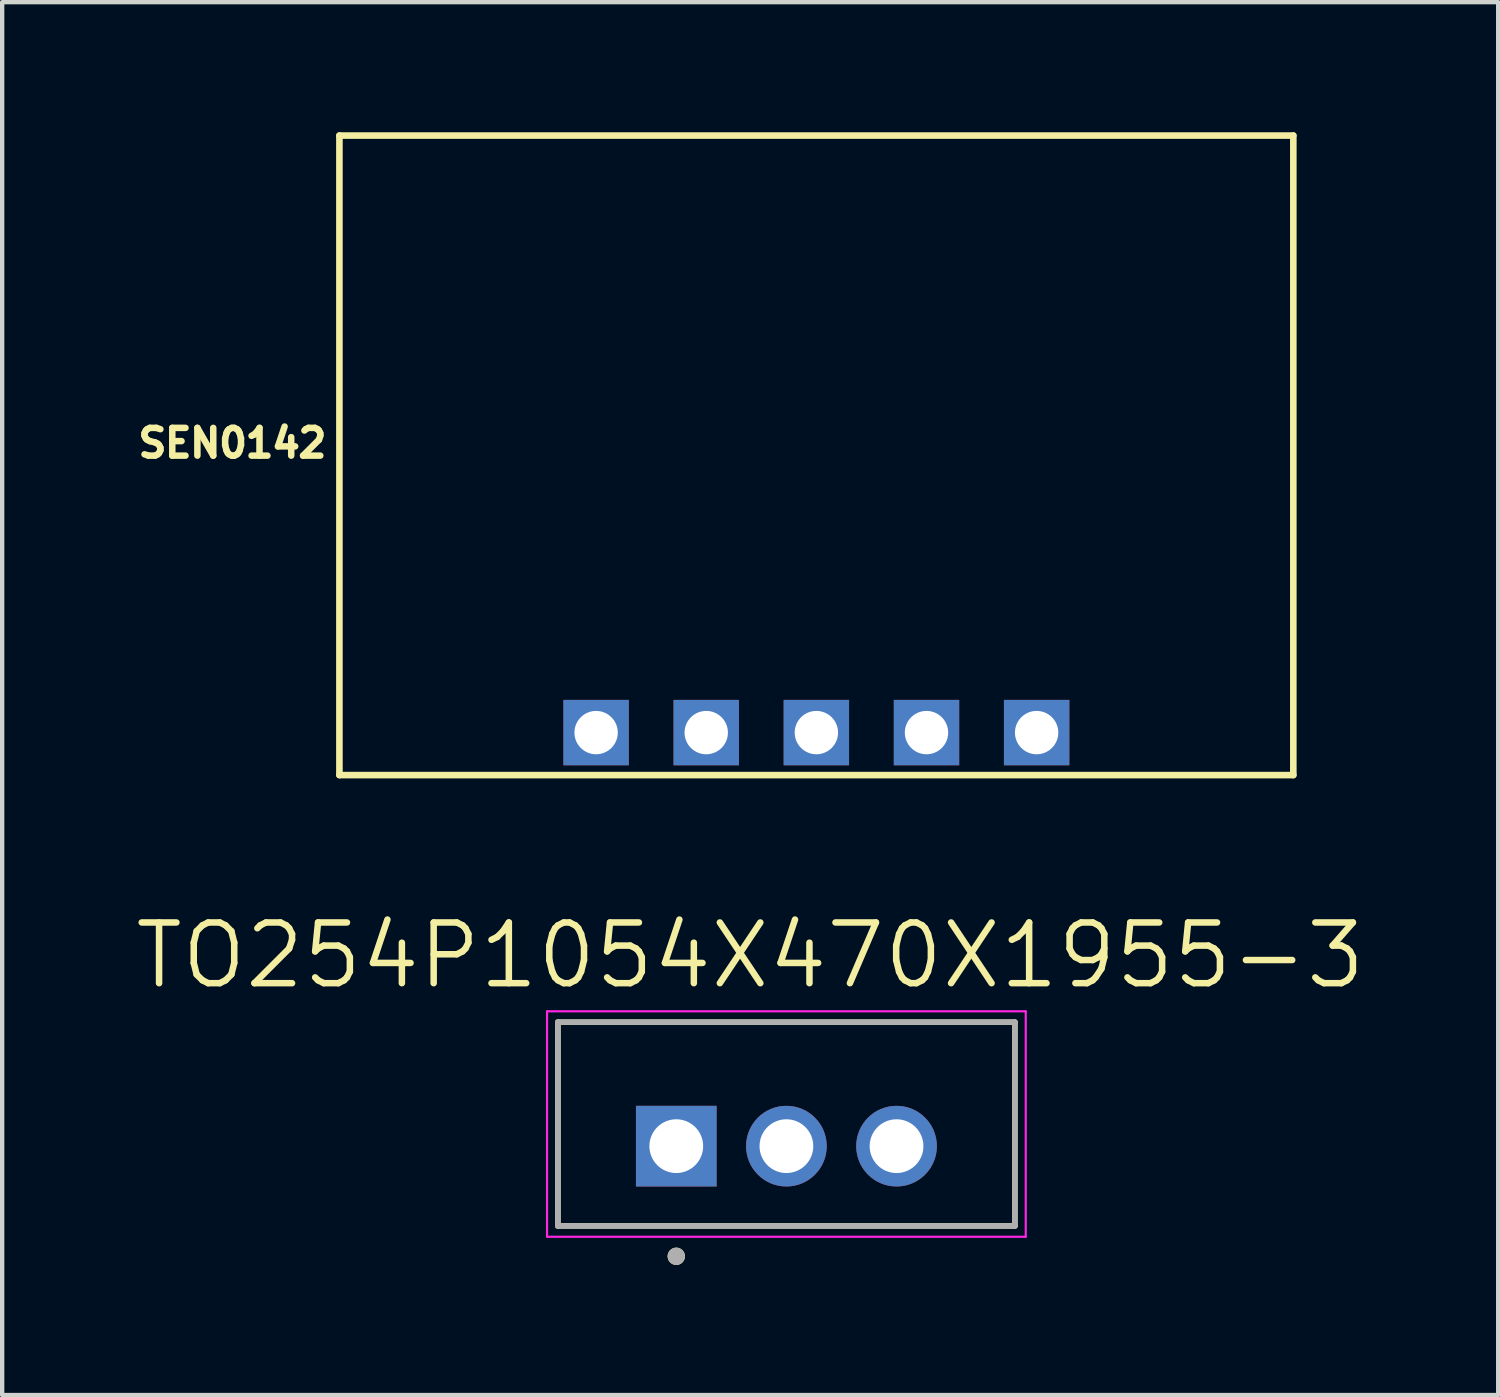
<source format=kicad_pcb>
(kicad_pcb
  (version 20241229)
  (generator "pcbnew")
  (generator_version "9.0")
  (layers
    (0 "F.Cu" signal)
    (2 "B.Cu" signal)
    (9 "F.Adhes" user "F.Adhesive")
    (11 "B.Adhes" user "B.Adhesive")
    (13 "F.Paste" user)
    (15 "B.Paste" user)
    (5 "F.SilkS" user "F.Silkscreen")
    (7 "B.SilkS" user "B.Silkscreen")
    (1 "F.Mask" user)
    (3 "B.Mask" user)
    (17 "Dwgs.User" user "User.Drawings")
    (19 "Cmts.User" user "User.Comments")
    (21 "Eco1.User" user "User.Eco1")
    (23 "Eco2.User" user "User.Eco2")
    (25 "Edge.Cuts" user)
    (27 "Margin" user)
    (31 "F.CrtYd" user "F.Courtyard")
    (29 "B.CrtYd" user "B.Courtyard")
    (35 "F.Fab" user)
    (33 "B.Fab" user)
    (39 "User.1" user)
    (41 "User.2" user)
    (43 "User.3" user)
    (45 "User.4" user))
  (footprint "SEN0142"
    (layer "F.Cu")
    (at 15.778 12.576)
    (property "Reference" "SEN0142" (at -13.468 -5.406 0) (layer "F.SilkS") (effects (font (size 0.64 0.64) (thickness 0.15))))
    (attr through_hole)
    (fp_line (start -11 -12.5) (end -11 2.25) (stroke (width 0.152) (type solid)) (layer "F.SilkS"))
    (fp_line (start 11 -12.5) (end -11 -12.5) (stroke (width 0.152) (type solid)) (layer "F.SilkS"))
    (fp_line (start 11 2.25) (end -11 2.25) (stroke (width 0.152) (type solid)) (layer "F.SilkS"))
    (fp_line (start 11 2.25) (end 11 -12.5) (stroke (width 0.152) (type solid)) (layer "F.SilkS"))
    (pad "1" thru_hole rect (at -5.08 1.27) (size 1.508 1.508) (drill 1) (layers "*.Cu" "*.Mask"))
    (pad "2" thru_hole rect (at -2.54 1.27) (size 1.508 1.508) (drill 1) (layers "*.Cu" "*.Mask"))
    (pad "3" thru_hole rect (at 0 1.27) (size 1.508 1.508) (drill 1) (layers "*.Cu" "*.Mask"))
    (pad "4" thru_hole rect (at 2.54 1.27) (size 1.508 1.508) (drill 1) (layers "*.Cu" "*.Mask"))
    (pad "5" thru_hole rect (at 5.08 1.27) (size 1.508 1.508) (drill 1) (layers "*.Cu" "*.Mask")))
  (footprint "TO254P1054X470X1955-3"
    (layer "F.Cu")
    (at 15.087 23.384)
    (property "Reference" "TO254P1054X470X1955-3" (at -0.835 -4.399 0) (layer "F.SilkS") (effects (font (size 1.4 1.4) (thickness 0.15))))
    (attr through_hole)
    (fp_line (start -5.27 -2.86) (end -5.27 1.84) (stroke (width 0.127) (type solid)) (layer "F.SilkS"))
    (fp_line (start -5.27 1.84) (end 5.27 1.84) (stroke (width 0.127) (type solid)) (layer "F.SilkS"))
    (fp_line (start 5.27 -2.86) (end -5.27 -2.86) (stroke (width 0.127) (type solid)) (layer "F.SilkS"))
    (fp_line (start 5.27 1.84) (end 5.27 -2.86) (stroke (width 0.127) (type solid)) (layer "F.SilkS"))
    (fp_circle (center -2.54 2.54) (end -2.44 2.54) (stroke (width 0.2) (type solid)) (fill no) (layer "F.SilkS"))
    (fp_line (start -5.52 -3.11) (end -5.52 2.09) (stroke (width 0.05) (type solid)) (layer "F.CrtYd"))
    (fp_line (start -5.52 2.09) (end 5.52 2.09) (stroke (width 0.05) (type solid)) (layer "F.CrtYd"))
    (fp_line (start 5.52 -3.11) (end -5.52 -3.11) (stroke (width 0.05) (type solid)) (layer "F.CrtYd"))
    (fp_line (start 5.52 2.09) (end 5.52 -3.11) (stroke (width 0.05) (type solid)) (layer "F.CrtYd"))
    (fp_line (start -5.27 -2.86) (end -5.27 1.84) (stroke (width 0.127) (type solid)) (layer "F.Fab"))
    (fp_line (start -5.27 1.84) (end 5.27 1.84) (stroke (width 0.127) (type solid)) (layer "F.Fab"))
    (fp_line (start 5.27 -2.86) (end -5.27 -2.86) (stroke (width 0.127) (type solid)) (layer "F.Fab"))
    (fp_line (start 5.27 1.84) (end 5.27 -2.86) (stroke (width 0.127) (type solid)) (layer "F.Fab"))
    (fp_circle (center -2.54 2.54) (end -2.44 2.54) (stroke (width 0.2) (type solid)) (fill no) (layer "F.Fab"))
    (pad "1" thru_hole rect (at -2.54 0) (size 1.86 1.86) (drill 1.24) (layers "*.Cu" "*.Mask"))
    (pad "2" thru_hole circle (at 0 0) (size 1.86 1.86) (drill 1.24) (layers "*.Cu" "*.Mask"))
    (pad "3" thru_hole circle (at 2.54 0) (size 1.86 1.86) (drill 1.24) (layers "*.Cu" "*.Mask")))
  (gr_rect
    (start -3 -3)
    (end 31.503 29.124)
    (stroke (width 0.1) (type default))
    (fill no)
    (layer "Edge.Cuts")))
</source>
